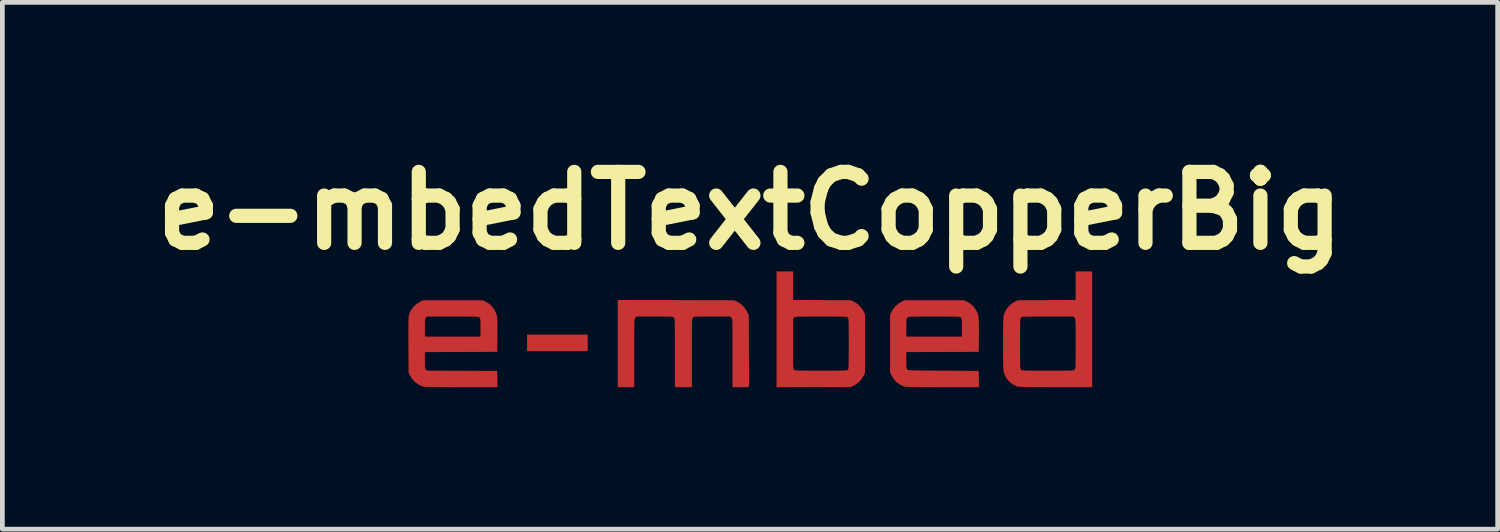
<source format=kicad_pcb>
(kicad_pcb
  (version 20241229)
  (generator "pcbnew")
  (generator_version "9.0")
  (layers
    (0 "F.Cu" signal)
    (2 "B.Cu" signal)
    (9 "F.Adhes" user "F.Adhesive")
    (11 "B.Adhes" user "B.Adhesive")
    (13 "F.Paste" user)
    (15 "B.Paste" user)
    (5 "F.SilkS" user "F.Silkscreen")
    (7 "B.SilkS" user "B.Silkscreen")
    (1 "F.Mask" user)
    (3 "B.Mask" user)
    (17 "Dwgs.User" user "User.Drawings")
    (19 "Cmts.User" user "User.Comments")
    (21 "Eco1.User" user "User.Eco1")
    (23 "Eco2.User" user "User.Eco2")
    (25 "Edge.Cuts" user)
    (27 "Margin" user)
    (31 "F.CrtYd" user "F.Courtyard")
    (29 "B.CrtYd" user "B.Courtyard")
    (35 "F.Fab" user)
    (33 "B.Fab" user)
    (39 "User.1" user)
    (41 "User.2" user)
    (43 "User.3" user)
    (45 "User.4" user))
  (footprint "e-mbedTextCopperBig"
    (layer "F.Cu")
    (at 12.8 3.904)
    (property "Reference" "e-mbedTextCopperBig" (at 0 -2.5 0) (layer "F.SilkS") (effects (font (size 1.5 1.5) (thickness 0.3))))
    (attr board_only exclude_from_pos_files exclude_from_bom)
    (fp_poly (pts (xy -3.43 0.291) (xy -3.43 0.466) (xy -4.071 0.466) (xy -4.712 0.466) (xy -4.712 0.291) (xy -4.712 0.116) (xy -4.071 0.116) (xy -3.43 0.116)) (stroke (width 0) (type solid)) (fill yes) (layer "F.Cu"))
    (fp_poly (pts (xy -5.59 -0.581) (xy -5.511 -0.533) (xy -5.445 -0.469) (xy -5.392 -0.394) (xy -5.358 -0.31) (xy -5.347 -0.265) (xy -5.344 -0.231) (xy -5.341 -0.177) (xy -5.339 -0.106) (xy -5.338 -0.017) (xy -5.338 0.086) (xy -5.338 0.143) (xy -5.342 0.482) (xy -6.106 0.484) (xy -6.871 0.487) (xy -6.871 0.66) (xy -6.871 0.724) (xy -6.871 0.771) (xy -6.869 0.803) (xy -6.866 0.825) (xy -6.861 0.839) (xy -6.854 0.849) (xy -6.847 0.856) (xy -6.823 0.879) (xy -6.082 0.881) (xy -5.342 0.884) (xy -5.339 1.056) (xy -5.336 1.228) (xy -6.112 1.228) (xy -6.266 1.228) (xy -6.4 1.227) (xy -6.516 1.227) (xy -6.614 1.226) (xy -6.696 1.225) (xy -6.764 1.224) (xy -6.818 1.223) (xy -6.86 1.221) (xy -6.891 1.219) (xy -6.912 1.216) (xy -6.925 1.214) (xy -6.926 1.213) (xy -7.006 1.174) (xy -7.08 1.119) (xy -7.142 1.051) (xy -7.187 0.976) (xy -7.216 0.916) (xy -7.219 0.335) (xy -7.219 0.207) (xy -7.22 0.098) (xy -7.22 0.007) (xy -7.22 -0.025) (xy -6.871 -0.025) (xy -6.871 0.159) (xy -6.284 0.159) (xy -5.696 0.159) (xy -5.696 -0.032) (xy -5.696 -0.1) (xy -5.697 -0.151) (xy -5.699 -0.186) (xy -5.701 -0.21) (xy -5.705 -0.226) (xy -5.711 -0.237) (xy -5.717 -0.244) (xy -5.723 -0.248) (xy -5.729 -0.252) (xy -5.74 -0.255) (xy -5.755 -0.258) (xy -5.777 -0.26) (xy -5.807 -0.262) (xy -5.849 -0.263) (xy -5.902 -0.264) (xy -5.969 -0.264) (xy -6.052 -0.265) (xy -6.152 -0.265) (xy -6.272 -0.265) (xy -6.283 -0.265) (xy -6.828 -0.265) (xy -6.85 -0.237) (xy -6.857 -0.225) (xy -6.863 -0.212) (xy -6.867 -0.192) (xy -6.87 -0.164) (xy -6.871 -0.124) (xy -6.871 -0.068) (xy -6.871 -0.025) (xy -7.22 -0.025) (xy -7.219 -0.068) (xy -7.219 -0.129) (xy -7.218 -0.178) (xy -7.216 -0.217) (xy -7.214 -0.247) (xy -7.212 -0.271) (xy -7.209 -0.289) (xy -7.205 -0.305) (xy -7.205 -0.306) (xy -7.17 -0.389) (xy -7.118 -0.465) (xy -7.051 -0.529) (xy -6.974 -0.578) (xy -6.969 -0.581) (xy -6.909 -0.609) (xy -6.279 -0.609) (xy -5.649 -0.609)) (stroke (width 0) (type solid)) (fill yes) (layer "F.Cu"))
    (fp_poly (pts (xy -1.564 -0.612) (xy -0.333 -0.609) (xy -0.263 -0.574) (xy -0.186 -0.525) (xy -0.12 -0.458) (xy -0.067 -0.377) (xy -0.06 -0.362) (xy -0.026 -0.291) (xy -0.023 0.469) (xy -0.02 1.228) (xy -0.195 1.228) (xy -0.371 1.228) (xy -0.371 0.51) (xy -0.371 0.369) (xy -0.371 0.248) (xy -0.371 0.145) (xy -0.371 0.058) (xy -0.372 -0.013) (xy -0.372 -0.071) (xy -0.373 -0.118) (xy -0.375 -0.153) (xy -0.376 -0.18) (xy -0.378 -0.2) (xy -0.381 -0.214) (xy -0.384 -0.223) (xy -0.388 -0.23) (xy -0.392 -0.236) (xy -0.393 -0.237) (xy -0.414 -0.265) (xy -0.8 -0.265) (xy -0.901 -0.265) (xy -0.982 -0.264) (xy -1.047 -0.264) (xy -1.097 -0.263) (xy -1.134 -0.262) (xy -1.161 -0.26) (xy -1.18 -0.257) (xy -1.192 -0.254) (xy -1.2 -0.249) (xy -1.207 -0.244) (xy -1.207 -0.244) (xy -1.211 -0.239) (xy -1.215 -0.233) (xy -1.218 -0.224) (xy -1.22 -0.211) (xy -1.222 -0.192) (xy -1.224 -0.166) (xy -1.225 -0.13) (xy -1.226 -0.084) (xy -1.227 -0.027) (xy -1.228 0.045) (xy -1.228 0.131) (xy -1.228 0.234) (xy -1.228 0.355) (xy -1.228 0.495) (xy -1.228 0.503) (xy -1.228 1.228) (xy -1.408 1.228) (xy -1.588 1.228) (xy -1.588 0.503) (xy -1.588 0.361) (xy -1.588 0.24) (xy -1.588 0.136) (xy -1.589 0.049) (xy -1.589 -0.023) (xy -1.59 -0.082) (xy -1.591 -0.128) (xy -1.592 -0.164) (xy -1.594 -0.191) (xy -1.596 -0.21) (xy -1.598 -0.224) (xy -1.601 -0.233) (xy -1.605 -0.239) (xy -1.609 -0.243) (xy -1.609 -0.244) (xy -1.616 -0.249) (xy -1.624 -0.254) (xy -1.636 -0.257) (xy -1.654 -0.26) (xy -1.68 -0.262) (xy -1.717 -0.263) (xy -1.766 -0.264) (xy -1.83 -0.264) (xy -1.911 -0.265) (xy -2.01 -0.265) (xy -2.016 -0.265) (xy -2.402 -0.265) (xy -2.424 -0.237) (xy -2.428 -0.231) (xy -2.432 -0.224) (xy -2.435 -0.215) (xy -2.438 -0.202) (xy -2.44 -0.183) (xy -2.442 -0.157) (xy -2.443 -0.122) (xy -2.444 -0.077) (xy -2.445 -0.021) (xy -2.445 0.049) (xy -2.446 0.134) (xy -2.446 0.235) (xy -2.446 0.354) (xy -2.446 0.493) (xy -2.446 0.51) (xy -2.446 1.228) (xy -2.62 1.228) (xy -2.795 1.228) (xy -2.795 0.307) (xy -2.795 -0.614)) (stroke (width 0) (type solid)) (fill yes) (layer "F.Cu"))
    (fp_poly (pts (xy 0.911 -0.916) (xy 0.911 -0.615) (xy 1.522 -0.612) (xy 2.133 -0.609) (xy 2.197 -0.578) (xy 2.267 -0.533) (xy 2.331 -0.474) (xy 2.382 -0.406) (xy 2.399 -0.376) (xy 2.43 -0.312) (xy 2.43 0.307) (xy 2.43 0.926) (xy 2.402 0.987) (xy 2.355 1.063) (xy 2.292 1.129) (xy 2.218 1.181) (xy 2.204 1.189) (xy 2.134 1.223) (xy 1.348 1.226) (xy 0.561 1.229) (xy 0.561 0.005) (xy 0.561 -0.219) (xy 0.911 -0.219) (xy 0.911 0.309) (xy 0.911 0.428) (xy 0.911 0.528) (xy 0.911 0.61) (xy 0.911 0.677) (xy 0.912 0.73) (xy 0.913 0.77) (xy 0.915 0.8) (xy 0.917 0.822) (xy 0.92 0.836) (xy 0.923 0.846) (xy 0.927 0.853) (xy 0.932 0.858) (xy 0.937 0.862) (xy 0.944 0.866) (xy 0.954 0.87) (xy 0.969 0.872) (xy 0.991 0.874) (xy 1.022 0.876) (xy 1.063 0.877) (xy 1.116 0.878) (xy 1.183 0.878) (xy 1.265 0.879) (xy 1.365 0.879) (xy 1.484 0.879) (xy 1.5 0.879) (xy 1.623 0.879) (xy 1.726 0.879) (xy 1.811 0.878) (xy 1.881 0.878) (xy 1.936 0.877) (xy 1.979 0.875) (xy 2.011 0.874) (xy 2.033 0.872) (xy 2.049 0.869) (xy 2.059 0.866) (xy 2.066 0.862) (xy 2.066 0.861) (xy 2.071 0.856) (xy 2.074 0.849) (xy 2.077 0.837) (xy 2.08 0.82) (xy 2.082 0.795) (xy 2.083 0.76) (xy 2.084 0.714) (xy 2.085 0.655) (xy 2.085 0.581) (xy 2.086 0.49) (xy 2.086 0.381) (xy 2.086 0.311) (xy 2.086 0.191) (xy 2.086 0.09) (xy 2.085 0.007) (xy 2.085 -0.06) (xy 2.084 -0.113) (xy 2.083 -0.154) (xy 2.081 -0.185) (xy 2.079 -0.207) (xy 2.077 -0.222) (xy 2.073 -0.232) (xy 2.069 -0.238) (xy 2.065 -0.244) (xy 2.059 -0.248) (xy 2.052 -0.252) (xy 2.042 -0.255) (xy 2.027 -0.258) (xy 2.005 -0.26) (xy 1.974 -0.262) (xy 1.933 -0.263) (xy 1.88 -0.264) (xy 1.813 -0.264) (xy 1.73 -0.265) (xy 1.629 -0.265) (xy 1.509 -0.265) (xy 1.501 -0.265) (xy 1.381 -0.265) (xy 1.279 -0.265) (xy 1.195 -0.264) (xy 1.127 -0.264) (xy 1.073 -0.263) (xy 1.031 -0.262) (xy 1 -0.261) (xy 0.977 -0.258) (xy 0.961 -0.256) (xy 0.951 -0.253) (xy 0.943 -0.249) (xy 0.937 -0.244) (xy 0.935 -0.242) (xy 0.911 -0.219) (xy 0.561 -0.219) (xy 0.561 -1.218) (xy 0.736 -1.218) (xy 0.911 -1.218)) (stroke (width 0) (type solid)) (fill yes) (layer "F.Cu"))
    (fp_poly (pts (xy 4.584 -0.581) (xy 4.664 -0.533) (xy 4.73 -0.469) (xy 4.782 -0.394) (xy 4.817 -0.31) (xy 4.828 -0.265) (xy 4.831 -0.231) (xy 4.834 -0.177) (xy 4.836 -0.106) (xy 4.837 -0.017) (xy 4.837 0.086) (xy 4.836 0.143) (xy 4.833 0.482) (xy 4.068 0.484) (xy 3.303 0.487) (xy 3.304 0.659) (xy 3.304 0.727) (xy 3.306 0.777) (xy 3.308 0.812) (xy 3.313 0.836) (xy 3.318 0.85) (xy 3.32 0.852) (xy 3.324 0.856) (xy 3.329 0.86) (xy 3.337 0.863) (xy 3.349 0.866) (xy 3.368 0.868) (xy 3.393 0.87) (xy 3.428 0.871) (xy 3.473 0.873) (xy 3.53 0.874) (xy 3.601 0.875) (xy 3.686 0.876) (xy 3.788 0.877) (xy 3.907 0.878) (xy 4.046 0.879) (xy 4.085 0.879) (xy 4.833 0.884) (xy 4.836 1.056) (xy 4.839 1.228) (xy 4.063 1.228) (xy 3.909 1.228) (xy 3.775 1.227) (xy 3.659 1.227) (xy 3.561 1.226) (xy 3.478 1.225) (xy 3.411 1.224) (xy 3.357 1.223) (xy 3.315 1.221) (xy 3.284 1.219) (xy 3.263 1.216) (xy 3.25 1.214) (xy 3.249 1.213) (xy 3.169 1.174) (xy 3.095 1.119) (xy 3.033 1.051) (xy 2.988 0.976) (xy 2.959 0.916) (xy 2.959 0.307) (xy 2.959 -0.03) (xy 3.303 -0.03) (xy 3.303 0.159) (xy 3.891 0.159) (xy 4.479 0.159) (xy 4.479 -0.032) (xy 4.478 -0.1) (xy 4.478 -0.151) (xy 4.476 -0.186) (xy 4.474 -0.21) (xy 4.469 -0.226) (xy 4.463 -0.237) (xy 4.457 -0.244) (xy 4.452 -0.248) (xy 4.445 -0.252) (xy 4.435 -0.255) (xy 4.42 -0.258) (xy 4.398 -0.26) (xy 4.367 -0.262) (xy 4.326 -0.263) (xy 4.273 -0.264) (xy 4.205 -0.264) (xy 4.122 -0.265) (xy 4.022 -0.265) (xy 3.902 -0.265) (xy 3.894 -0.265) (xy 3.773 -0.265) (xy 3.672 -0.265) (xy 3.588 -0.264) (xy 3.52 -0.264) (xy 3.466 -0.263) (xy 3.424 -0.262) (xy 3.393 -0.261) (xy 3.37 -0.258) (xy 3.354 -0.256) (xy 3.343 -0.253) (xy 3.336 -0.249) (xy 3.33 -0.244) (xy 3.328 -0.242) (xy 3.319 -0.233) (xy 3.313 -0.222) (xy 3.308 -0.208) (xy 3.306 -0.185) (xy 3.304 -0.151) (xy 3.304 -0.103) (xy 3.303 -0.037) (xy 3.303 -0.03) (xy 2.959 -0.03) (xy 2.959 -0.302) (xy 2.987 -0.36) (xy 3.03 -0.431) (xy 3.088 -0.497) (xy 3.155 -0.55) (xy 3.195 -0.574) (xy 3.266 -0.609) (xy 3.896 -0.609) (xy 4.526 -0.609)) (stroke (width 0) (type solid)) (fill yes) (layer "F.Cu"))
    (fp_poly (pts (xy 7.231 0.005) (xy 7.231 1.228) (xy 6.456 1.228) (xy 6.302 1.228) (xy 6.167 1.227) (xy 6.052 1.227) (xy 5.953 1.226) (xy 5.871 1.225) (xy 5.804 1.224) (xy 5.75 1.223) (xy 5.708 1.221) (xy 5.677 1.219) (xy 5.656 1.216) (xy 5.643 1.214) (xy 5.642 1.213) (xy 5.558 1.173) (xy 5.485 1.117) (xy 5.425 1.048) (xy 5.382 0.97) (xy 5.358 0.89) (xy 5.355 0.865) (xy 5.353 0.822) (xy 5.351 0.763) (xy 5.349 0.691) (xy 5.348 0.608) (xy 5.347 0.517) (xy 5.347 0.42) (xy 5.347 0.321) (xy 5.347 0.307) (xy 5.707 0.307) (xy 5.707 0.427) (xy 5.707 0.527) (xy 5.707 0.609) (xy 5.708 0.676) (xy 5.709 0.729) (xy 5.71 0.769) (xy 5.711 0.8) (xy 5.713 0.821) (xy 5.716 0.836) (xy 5.72 0.846) (xy 5.724 0.853) (xy 5.728 0.858) (xy 5.733 0.862) (xy 5.74 0.866) (xy 5.75 0.87) (xy 5.765 0.872) (xy 5.787 0.874) (xy 5.818 0.876) (xy 5.859 0.877) (xy 5.912 0.878) (xy 5.979 0.878) (xy 6.062 0.879) (xy 6.162 0.879) (xy 6.282 0.879) (xy 6.294 0.879) (xy 6.416 0.879) (xy 6.518 0.879) (xy 6.602 0.878) (xy 6.671 0.878) (xy 6.725 0.877) (xy 6.767 0.876) (xy 6.799 0.874) (xy 6.822 0.872) (xy 6.837 0.87) (xy 6.848 0.867) (xy 6.855 0.863) (xy 6.86 0.858) (xy 6.861 0.858) (xy 6.866 0.852) (xy 6.87 0.845) (xy 6.873 0.835) (xy 6.876 0.819) (xy 6.878 0.797) (xy 6.879 0.766) (xy 6.88 0.724) (xy 6.881 0.669) (xy 6.882 0.601) (xy 6.882 0.516) (xy 6.882 0.414) (xy 6.882 0.314) (xy 6.882 0.195) (xy 6.882 0.096) (xy 6.882 0.014) (xy 6.881 -0.052) (xy 6.88 -0.104) (xy 6.879 -0.145) (xy 6.877 -0.175) (xy 6.875 -0.197) (xy 6.872 -0.212) (xy 6.869 -0.223) (xy 6.865 -0.23) (xy 6.86 -0.237) (xy 6.838 -0.265) (xy 6.294 -0.265) (xy 6.172 -0.265) (xy 6.07 -0.265) (xy 5.986 -0.264) (xy 5.918 -0.264) (xy 5.863 -0.263) (xy 5.821 -0.262) (xy 5.79 -0.26) (xy 5.767 -0.258) (xy 5.751 -0.256) (xy 5.741 -0.253) (xy 5.734 -0.249) (xy 5.728 -0.244) (xy 5.728 -0.244) (xy 5.723 -0.238) (xy 5.719 -0.231) (xy 5.716 -0.221) (xy 5.713 -0.206) (xy 5.711 -0.183) (xy 5.71 -0.152) (xy 5.708 -0.11) (xy 5.708 -0.056) (xy 5.707 0.012) (xy 5.707 0.096) (xy 5.707 0.198) (xy 5.707 0.307) (xy 5.347 0.307) (xy 5.347 0.221) (xy 5.347 0.123) (xy 5.348 0.03) (xy 5.349 -0.055) (xy 5.351 -0.131) (xy 5.353 -0.194) (xy 5.355 -0.242) (xy 5.358 -0.272) (xy 5.359 -0.277) (xy 5.387 -0.362) (xy 5.433 -0.441) (xy 5.494 -0.509) (xy 5.567 -0.564) (xy 5.601 -0.581) (xy 5.659 -0.609) (xy 6.271 -0.612) (xy 6.882 -0.615) (xy 6.882 -0.916) (xy 6.882 -1.218) (xy 7.057 -1.218) (xy 7.231 -1.218)) (stroke (width 0) (type solid)) (fill yes) (layer "F.Cu")))
  (gr_rect
    (start -3 -3)
    (end 28.6 8.133)
    (stroke (width 0.1) (type default))
    (fill no)
    (layer "Edge.Cuts")))
</source>
